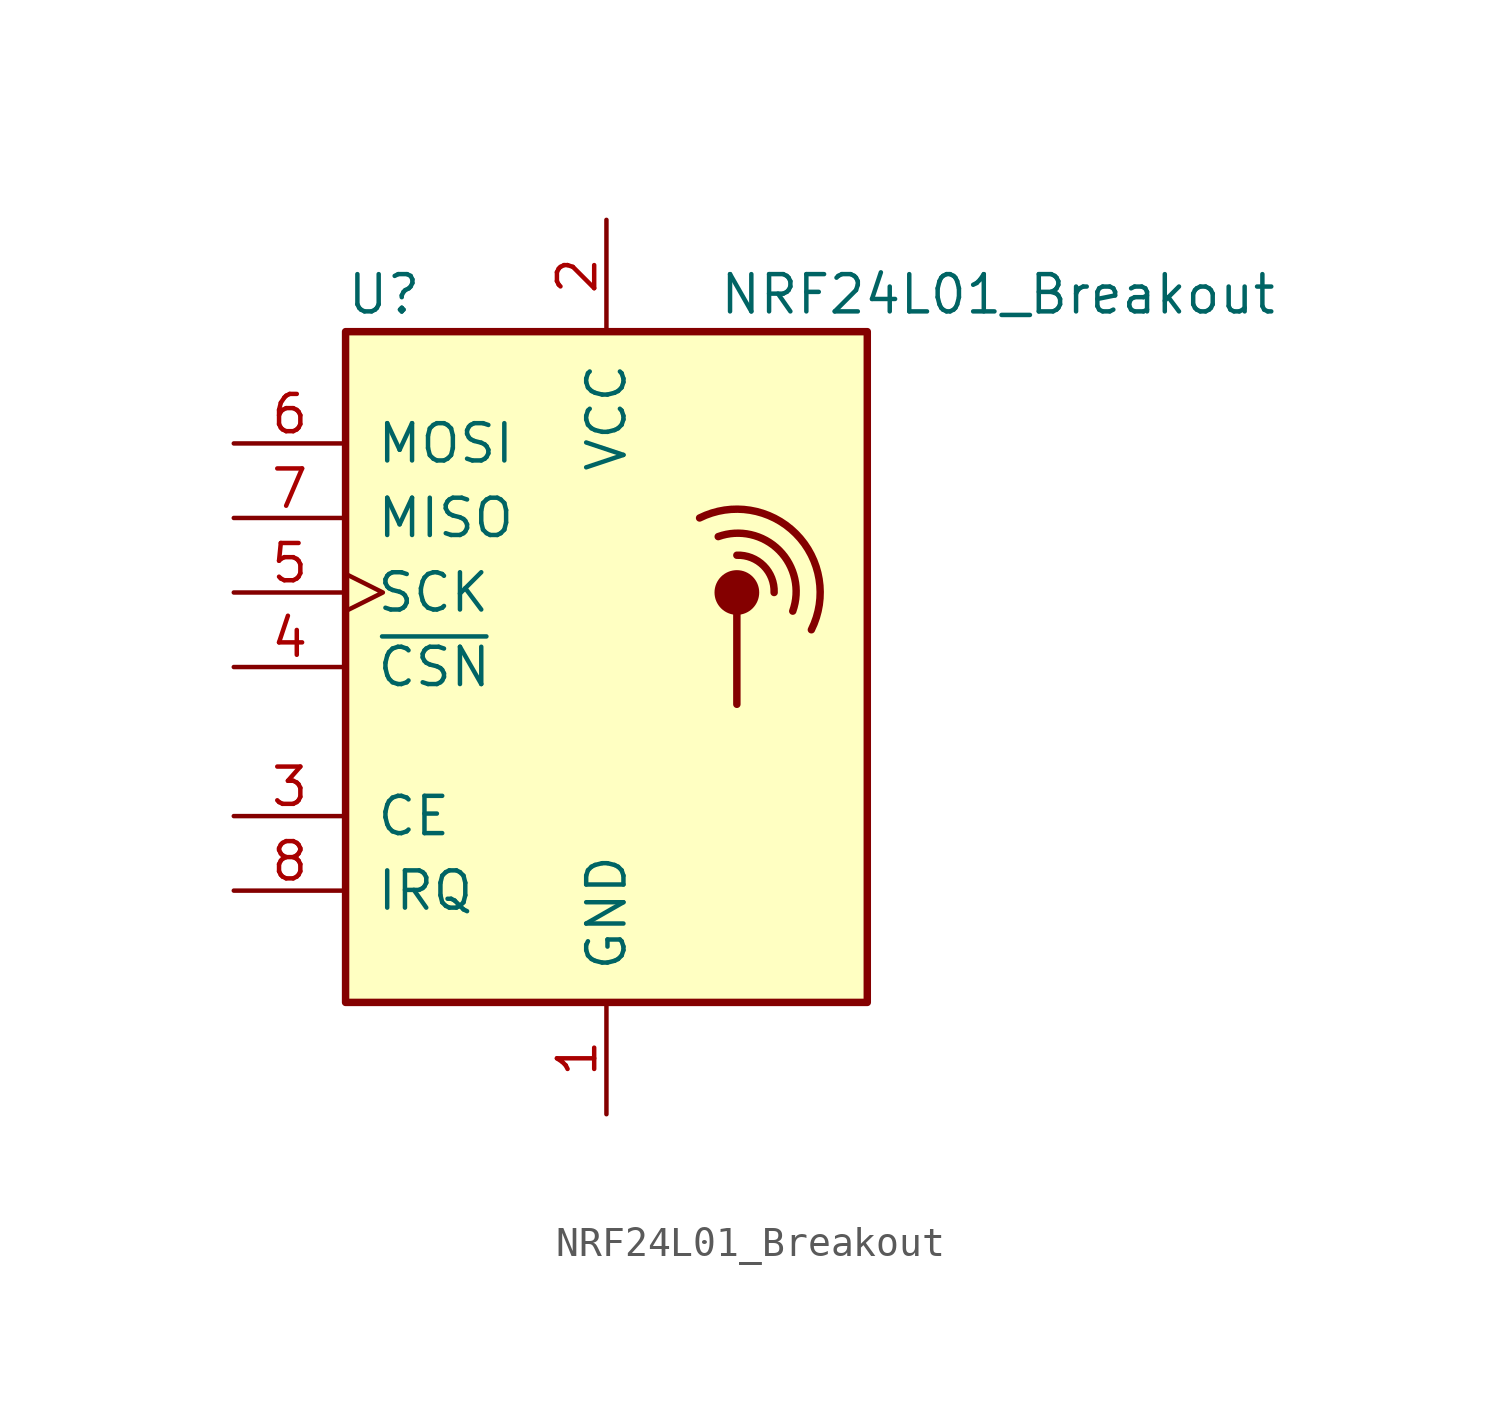
<source format=kicad_sym>
(kicad_symbol_lib
  (version 20241209)
  (generator "kicad_symbol_editor")
  (generator_version "9.0")
  (symbol "NRF24L01_Breakout"
    (pin_names
      (offset 1.016))
    (property "Reference" "U"
      (at -8.89 12.7 0)
      (effects (font (size 1.27 1.27)) (justify left)))
    (property "Value" "NRF24L01_Breakout"
      (at 3.81 12.7 0)
      (effects (font (size 1.27 1.27)) (justify left)))
    (symbol "NRF24L01_Breakout_0_1"
      (rectangle (start -8.89 11.43) (end 8.89 -11.43) (stroke (width 0.254) (type default)) (fill (type background)))
      (arc (start 3.175 5.08) (mid 6.453 4.548) (end 6.985 1.27) (stroke (width 0.254) (type default)) (fill (type none)))
      (circle (center 4.445 2.54) (radius 0.635) (stroke (width 0.254) (type default)) (fill (type outline)))
      (polyline (pts (xy 4.445 1.905) (xy 4.445 -1.27)) (stroke (width 0.254) (type default)) (fill (type none)))
      (arc (start 3.81 4.445) (mid 5.8835 3.9785) (end 6.35 1.905) (stroke (width 0.254) (type default)) (fill (type none)))
      (arc (start 4.445 3.81) (mid 5.3558 3.4508) (end 5.715 2.54) (stroke (width 0.254) (type default)) (fill (type none))))
    (symbol "NRF24L01_Breakout_1_1"
      (pin input line (at -12.7 7.62 0) (length 3.81) (name "MOSI" (effects (font (size 1.27 1.27)))) (number "6" (effects (font (size 1.27 1.27)))))
      (pin output line (at -12.7 5.08 0) (length 3.81) (name "MISO" (effects (font (size 1.27 1.27)))) (number "7" (effects (font (size 1.27 1.27)))))
      (pin input clock (at -12.7 2.54 0) (length 3.81) (name "SCK" (effects (font (size 1.27 1.27)))) (number "5" (effects (font (size 1.27 1.27)))))
      (pin input line (at -12.7 0 0) (length 3.81) (name "~{CSN}" (effects (font (size 1.27 1.27)))) (number "4" (effects (font (size 1.27 1.27)))))
      (pin input line (at -12.7 -5.08 0) (length 3.81) (name "CE" (effects (font (size 1.27 1.27)))) (number "3" (effects (font (size 1.27 1.27)))))
      (pin output line (at -12.7 -7.62 0) (length 3.81) (name "IRQ" (effects (font (size 1.27 1.27)))) (number "8" (effects (font (size 1.27 1.27)))))
      (pin power_in line (at 0 15.24 270) (length 3.81) (name "VCC" (effects (font (size 1.27 1.27)))) (number "2" (effects (font (size 1.27 1.27)))))
      (pin power_in line (at 0 -15.24 90) (length 3.81) (name "GND" (effects (font (size 1.27 1.27)))) (number "1" (effects (font (size 1.27 1.27))))))))
</source>
